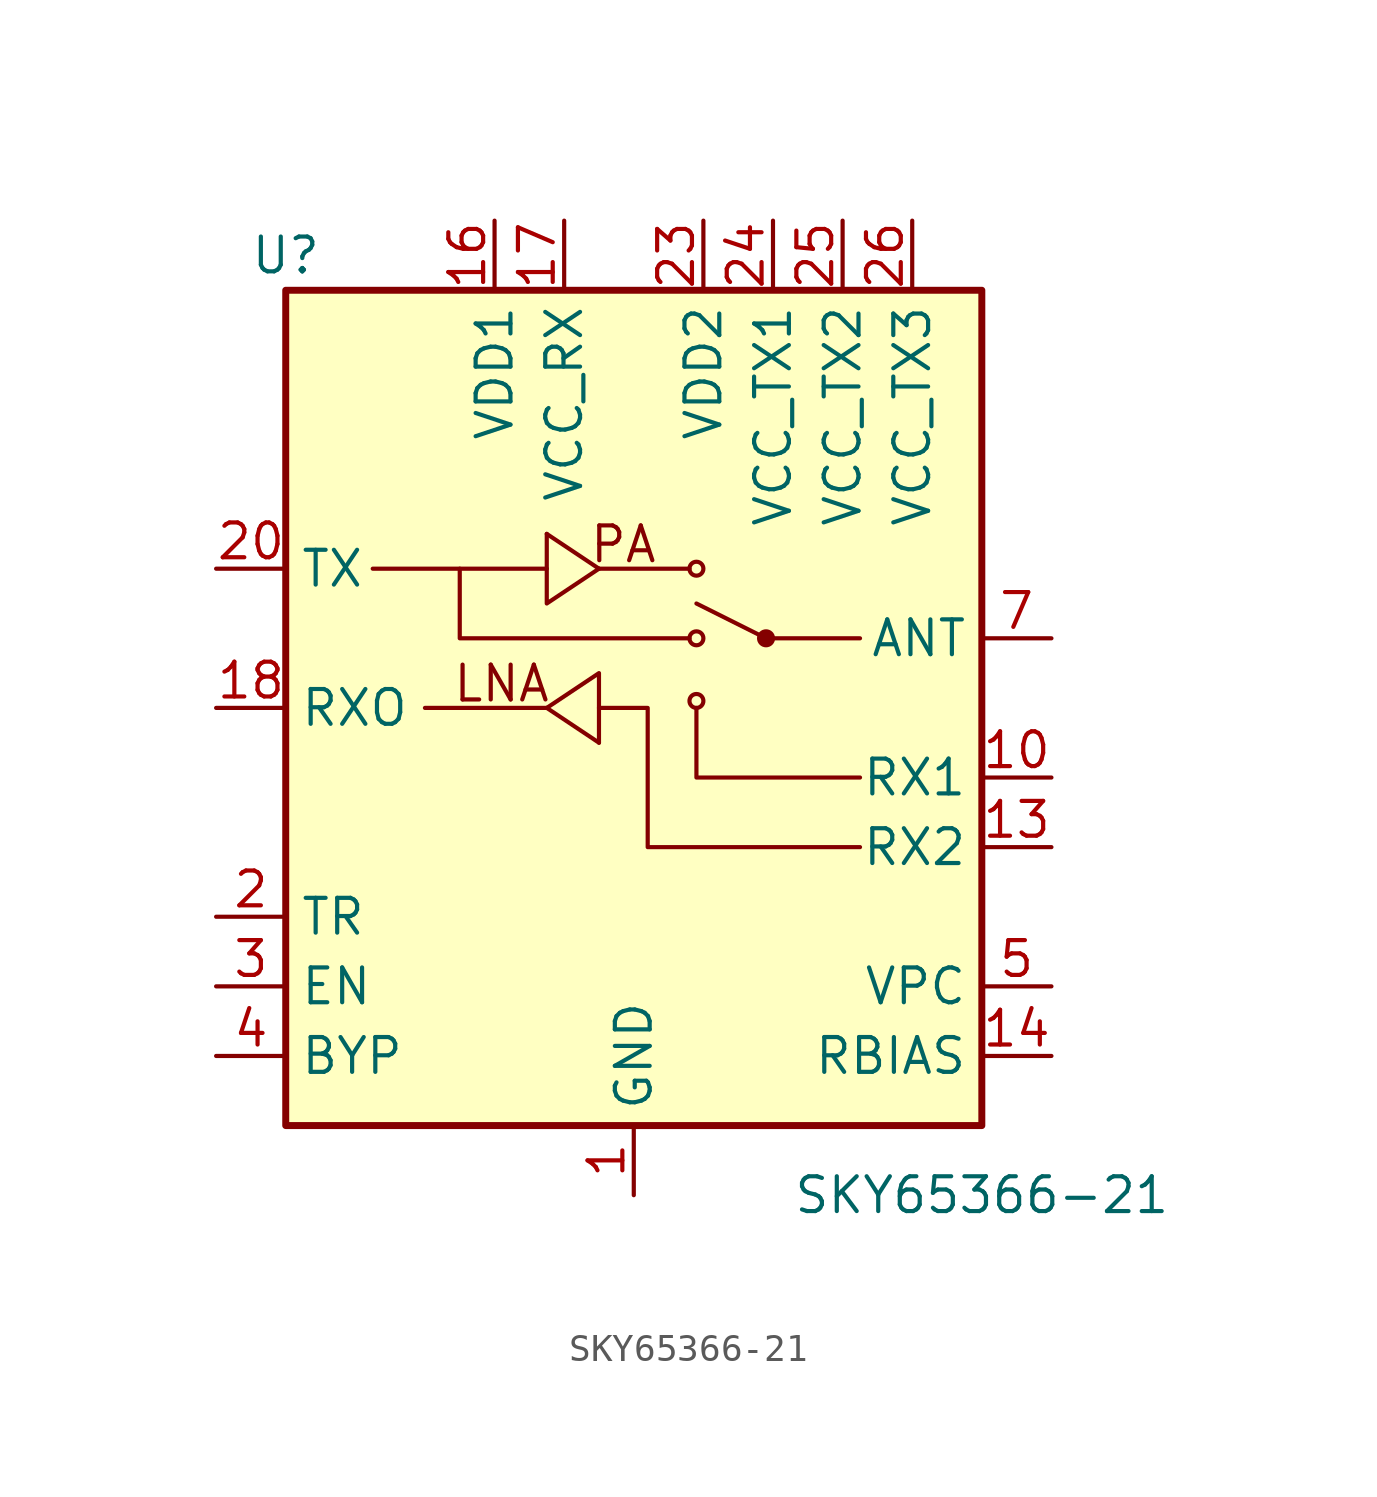
<source format=kicad_sym>
(kicad_symbol_lib
  (version 20211014)
  (generator kicad_symbol_editor)
  (symbol "SKY65366-21"
    (property "Reference" "U"
      (at -12.7 16.51 0)
      (effects (font (size 1.27 1.27))))
    (property "Value" "SKY65366-21"
      (at 12.7 -17.78 0)
      (effects (font (size 1.27 1.27))))
    (symbol "SKY65366-21_0_0"
      (text "LNA" (at -4.826 0.889 0) (effects (font (size 1.27 1.27))))
      (text "PA" (at -0.381 5.969 0) (effects (font (size 1.27 1.27))))
      (pin power_in line (at 0 -17.78 90) (length 2.54) (name "GND" (effects (font (size 1.27 1.27)))) (number "1" (effects (font (size 1.27 1.27)))))
      (pin input line (at 15.24 -2.54 180) (length 2.54) (name "RX1" (effects (font (size 1.27 1.27)))) (number "10" (effects (font (size 1.27 1.27)))))
      (pin power_in line (at 0 -17.78 90) (length 2.54) hide (name "GND" (effects (font (size 1.27 1.27)))) (number "11" (effects (font (size 1.27 1.27)))))
      (pin power_in line (at 0 -17.78 90) (length 2.54) hide (name "GND" (effects (font (size 1.27 1.27)))) (number "12" (effects (font (size 1.27 1.27)))))
      (pin output line (at 15.24 -5.08 180) (length 2.54) (name "RX2" (effects (font (size 1.27 1.27)))) (number "13" (effects (font (size 1.27 1.27)))))
      (pin bidirectional line (at 15.24 -12.7 180) (length 2.54) (name "RBIAS" (effects (font (size 1.27 1.27)))) (number "14" (effects (font (size 1.27 1.27)))))
      (pin power_in line (at 0 -17.78 90) (length 2.54) hide (name "GND" (effects (font (size 1.27 1.27)))) (number "15" (effects (font (size 1.27 1.27)))))
      (pin power_in line (at -5.08 17.78 270) (length 2.54) (name "VDD1" (effects (font (size 1.27 1.27)))) (number "16" (effects (font (size 1.27 1.27)))))
      (pin power_in line (at -2.54 17.78 270) (length 2.54) (name "VCC_RX" (effects (font (size 1.27 1.27)))) (number "17" (effects (font (size 1.27 1.27)))))
      (pin output line (at -15.24 0 0) (length 2.54) (name "RXO" (effects (font (size 1.27 1.27)))) (number "18" (effects (font (size 1.27 1.27)))))
      (pin power_in line (at 0 -17.78 90) (length 2.54) hide (name "GND" (effects (font (size 1.27 1.27)))) (number "19" (effects (font (size 1.27 1.27)))))
      (pin input line (at -15.24 -7.62 0) (length 2.54) (name "TR" (effects (font (size 1.27 1.27)))) (number "2" (effects (font (size 1.27 1.27)))))
      (pin output line (at -15.24 5.08 0) (length 2.54) (name "TX" (effects (font (size 1.27 1.27)))) (number "20" (effects (font (size 1.27 1.27)))))
      (pin power_in line (at 0 -17.78 90) (length 2.54) hide (name "GND" (effects (font (size 1.27 1.27)))) (number "21" (effects (font (size 1.27 1.27)))))
      (pin power_in line (at 0 -17.78 90) (length 2.54) hide (name "GND" (effects (font (size 1.27 1.27)))) (number "22" (effects (font (size 1.27 1.27)))))
      (pin power_in line (at 2.54 17.78 270) (length 2.54) (name "VDD2" (effects (font (size 1.27 1.27)))) (number "23" (effects (font (size 1.27 1.27)))))
      (pin power_in line (at 5.08 17.78 270) (length 2.54) (name "VCC_TX1" (effects (font (size 1.27 1.27)))) (number "24" (effects (font (size 1.27 1.27)))))
      (pin power_in line (at 7.62 17.78 270) (length 2.54) (name "VCC_TX2" (effects (font (size 1.27 1.27)))) (number "25" (effects (font (size 1.27 1.27)))))
      (pin power_in line (at 10.16 17.78 270) (length 2.54) (name "VCC_TX3" (effects (font (size 1.27 1.27)))) (number "26" (effects (font (size 1.27 1.27)))))
      (pin power_in line (at 0 -17.78 90) (length 2.54) hide (name "GND" (effects (font (size 1.27 1.27)))) (number "27" (effects (font (size 1.27 1.27)))))
      (pin power_in line (at 0 -17.78 90) (length 2.54) hide (name "GND" (effects (font (size 1.27 1.27)))) (number "28" (effects (font (size 1.27 1.27)))))
      (pin power_in line (at 0 -17.78 90) (length 2.54) hide (name "EPAD" (effects (font (size 1.27 1.27)))) (number "29" (effects (font (size 1.27 1.27)))))
      (pin input line (at -15.24 -10.16 0) (length 2.54) (name "EN" (effects (font (size 1.27 1.27)))) (number "3" (effects (font (size 1.27 1.27)))))
      (pin input line (at -15.24 -12.7 0) (length 2.54) (name "BYP" (effects (font (size 1.27 1.27)))) (number "4" (effects (font (size 1.27 1.27)))))
      (pin bidirectional line (at 15.24 -10.16 180) (length 2.54) (name "VPC" (effects (font (size 1.27 1.27)))) (number "5" (effects (font (size 1.27 1.27)))))
      (pin power_in line (at 0 -17.78 90) (length 2.54) hide (name "GND" (effects (font (size 1.27 1.27)))) (number "6" (effects (font (size 1.27 1.27)))))
      (pin bidirectional line (at 15.24 2.54 180) (length 2.54) (name "ANT" (effects (font (size 1.27 1.27)))) (number "7" (effects (font (size 1.27 1.27)))))
      (pin power_in line (at 0 -17.78 90) (length 2.54) hide (name "GND" (effects (font (size 1.27 1.27)))) (number "8" (effects (font (size 1.27 1.27)))))
      (pin power_in line (at 0 -17.78 90) (length 2.54) hide (name "GND" (effects (font (size 1.27 1.27)))) (number "9" (effects (font (size 1.27 1.27))))))
    (symbol "SKY65366-21_0_1"
      (rectangle (start -12.7 15.24) (end 12.7 -15.24) (stroke (width 0.254) (type default) (color 0 0 0 0)) (fill (type background)))
      (polyline (pts (xy -9.525 5.08) (xy -3.175 5.08)) (stroke (width 0) (type default) (color 0 0 0 0)) (fill (type none)))
      (polyline (pts (xy -3.175 0) (xy -7.62 0)) (stroke (width 0) (type default) (color 0 0 0 0)) (fill (type none)))
      (polyline (pts (xy -3.175 6.35) (xy -1.27 5.08)) (stroke (width 0) (type default) (color 0 0 0 0)) (fill (type none)))
      (polyline (pts (xy -1.27 -1.27) (xy -3.175 0)) (stroke (width 0) (type default) (color 0 0 0 0)) (fill (type none)))
      (polyline (pts (xy -1.27 5.08) (xy 2.032 5.08)) (stroke (width 0) (type default) (color 0 0 0 0)) (fill (type none)))
      (polyline (pts (xy 4.826 2.54) (xy 2.286 3.81)) (stroke (width 0) (type default) (color 0 0 0 0)) (fill (type none)))
      (polyline (pts (xy 8.255 2.54) (xy 5.08 2.54)) (stroke (width 0) (type default) (color 0 0 0 0)) (fill (type none)))
      (polyline (pts (xy -6.35 5.08) (xy -6.35 2.54) (xy 2.032 2.54)) (stroke (width 0) (type default) (color 0 0 0 0)) (fill (type none)))
      (polyline (pts (xy -3.175 6.35) (xy -3.175 3.81) (xy -1.27 5.08)) (stroke (width 0) (type default) (color 0 0 0 0)) (fill (type none)))
      (polyline (pts (xy -1.27 -1.27) (xy -1.27 1.27) (xy -3.175 0)) (stroke (width 0) (type default) (color 0 0 0 0)) (fill (type none)))
      (polyline (pts (xy 8.255 -2.54) (xy 2.286 -2.54) (xy 2.286 0)) (stroke (width 0) (type default) (color 0 0 0 0)) (fill (type none)))
      (polyline (pts (xy 8.255 -5.08) (xy 0.508 -5.08) (xy 0.508 0) (xy -1.27 0)) (stroke (width 0) (type default) (color 0 0 0 0)) (fill (type none)))
      (circle (center 2.286 0.254) (radius 0.254) (stroke (width 0) (type default) (color 0 0 0 0)) (fill (type none)))
      (circle (center 2.286 2.54) (radius 0.254) (stroke (width 0) (type default) (color 0 0 0 0)) (fill (type none)))
      (circle (center 2.286 5.08) (radius 0.254) (stroke (width 0) (type default) (color 0 0 0 0)) (fill (type none)))
      (circle (center 4.826 2.54) (radius 0.254) (stroke (width 0) (type default) (color 0 0 0 0)) (fill (type outline))))))
</source>
